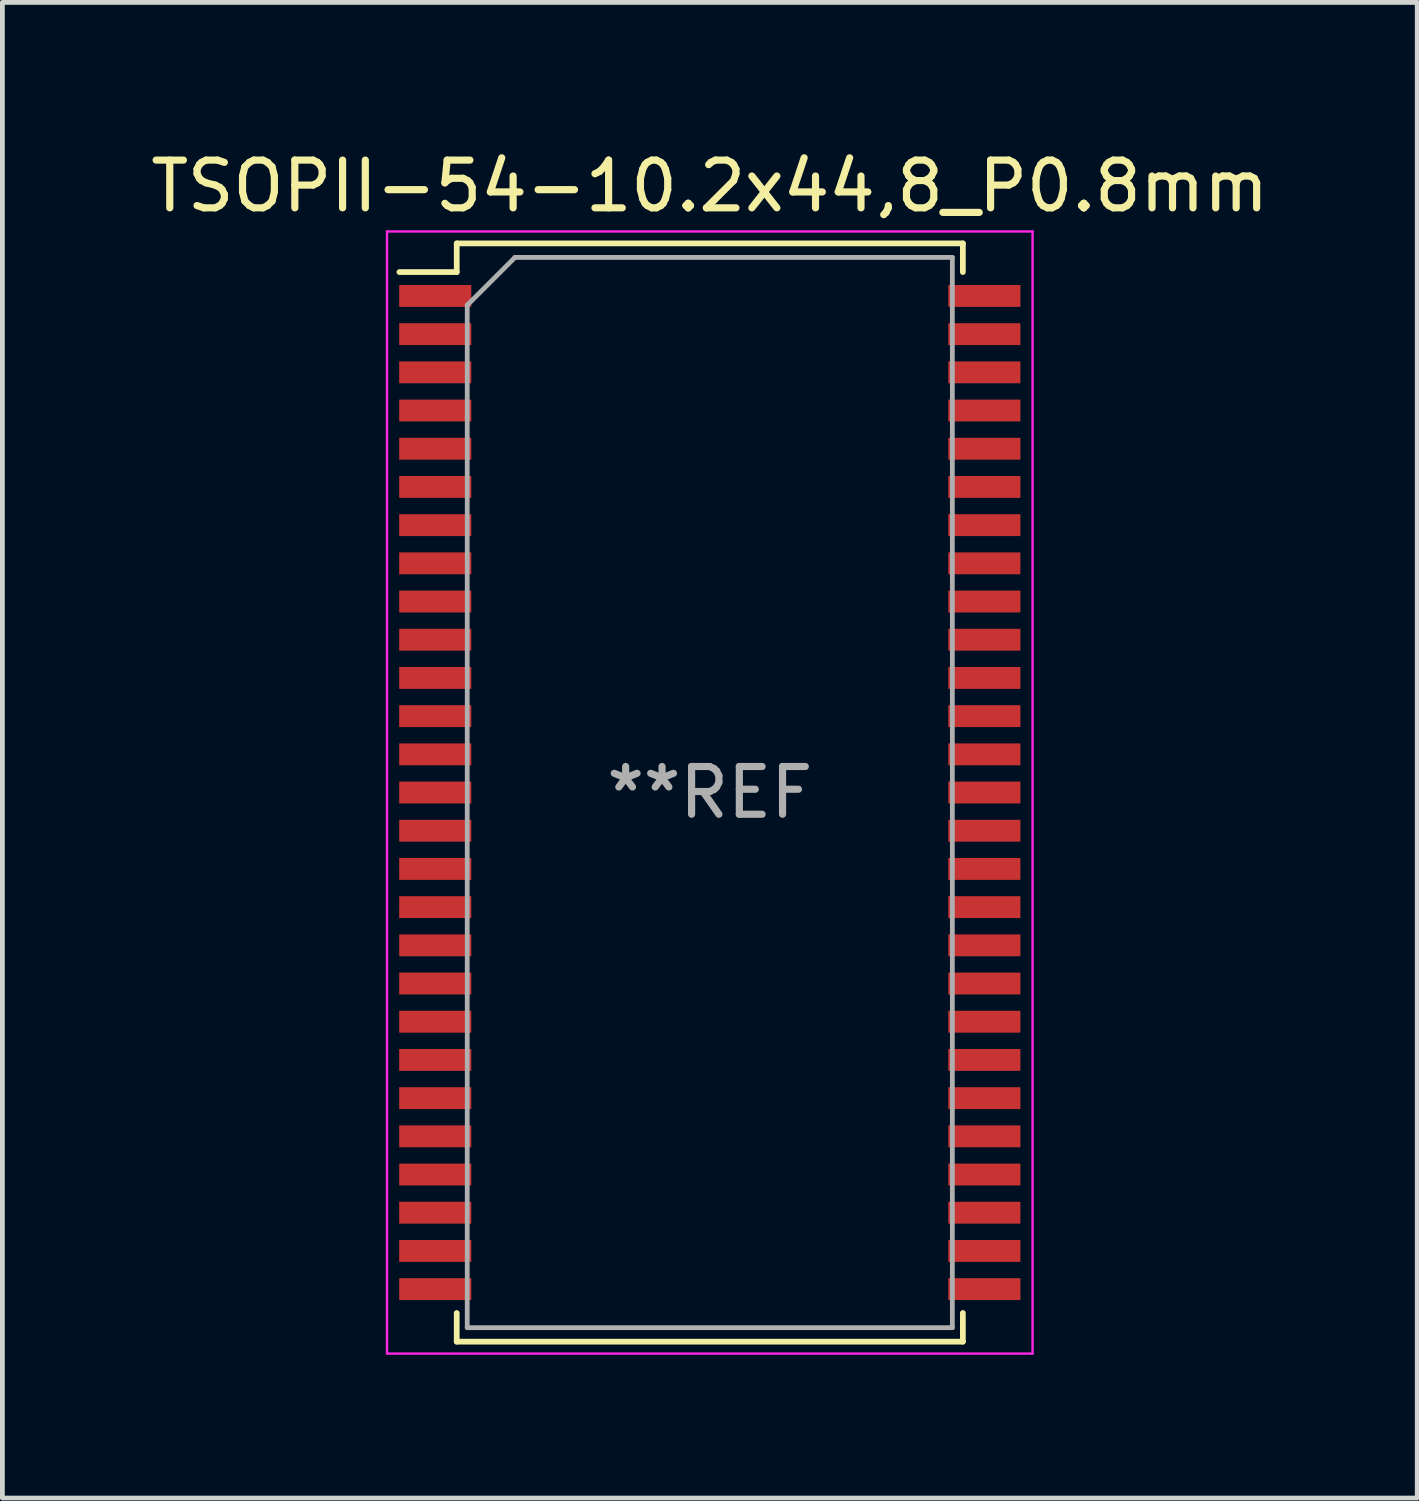
<source format=kicad_pcb>
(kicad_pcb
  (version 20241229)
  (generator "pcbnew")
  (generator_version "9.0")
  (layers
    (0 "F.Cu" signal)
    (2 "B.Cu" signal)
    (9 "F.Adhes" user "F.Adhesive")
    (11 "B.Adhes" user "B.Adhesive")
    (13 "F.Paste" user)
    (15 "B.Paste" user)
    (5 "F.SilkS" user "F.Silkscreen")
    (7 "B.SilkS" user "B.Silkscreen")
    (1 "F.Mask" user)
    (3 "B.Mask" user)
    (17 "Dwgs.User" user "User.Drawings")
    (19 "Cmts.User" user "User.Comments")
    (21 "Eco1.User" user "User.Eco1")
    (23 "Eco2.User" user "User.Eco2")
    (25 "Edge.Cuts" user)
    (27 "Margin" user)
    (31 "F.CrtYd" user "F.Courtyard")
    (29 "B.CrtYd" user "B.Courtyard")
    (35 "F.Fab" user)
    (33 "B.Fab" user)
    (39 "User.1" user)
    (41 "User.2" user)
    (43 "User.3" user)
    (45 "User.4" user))
  (footprint "TSOPII-54-10.2x44,8_P0.8mm"
    (layer "F.Cu")
    (at 11.815 13.548)
    (property "Reference" "TSOPII-54-10.2x44,8_P0.8mm" (at 0 -12.7 0) (layer "F.SilkS") (effects (font (size 1 1) (thickness 0.15))))
    (attr smd)
    (fp_line (start -6.5 -10.9) (end -5.3 -10.9) (stroke (width 0.12) (type solid)) (layer "F.SilkS"))
    (fp_line (start -5.3 -11.5) (end 5.3 -11.5) (stroke (width 0.12) (type solid)) (layer "F.SilkS"))
    (fp_line (start -5.3 -10.9) (end -5.3 -11.5) (stroke (width 0.12) (type solid)) (layer "F.SilkS"))
    (fp_line (start -5.3 10.9) (end -5.3 11.5) (stroke (width 0.12) (type solid)) (layer "F.SilkS"))
    (fp_line (start -5.3 11.5) (end 5.3 11.5) (stroke (width 0.12) (type solid)) (layer "F.SilkS"))
    (fp_line (start 5.3 -11.5) (end 5.3 -10.9) (stroke (width 0.12) (type solid)) (layer "F.SilkS"))
    (fp_line (start 5.3 10.9) (end 5.3 11.5) (stroke (width 0.12) (type solid)) (layer "F.SilkS"))
    (fp_line (start -6.76 -11.75) (end -6.76 11.75) (stroke (width 0.05) (type solid)) (layer "F.CrtYd"))
    (fp_line (start -6.76 -11.75) (end 6.76 -11.75) (stroke (width 0.05) (type solid)) (layer "F.CrtYd"))
    (fp_line (start 6.76 -11.75) (end 6.76 11.75) (stroke (width 0.05) (type solid)) (layer "F.CrtYd"))
    (fp_line (start 6.76 11.75) (end -6.76 11.75) (stroke (width 0.05) (type solid)) (layer "F.CrtYd"))
    (fp_line (start -5.08 11.207) (end -5.08 -10.207) (stroke (width 0.1) (type solid)) (layer "F.Fab"))
    (fp_line (start -4.08 -11.207) (end -5.08 -10.207) (stroke (width 0.1) (type solid)) (layer "F.Fab"))
    (fp_line (start -4.08 -11.207) (end 5.08 -11.207) (stroke (width 0.1) (type solid)) (layer "F.Fab"))
    (fp_line (start 5.08 -11.207) (end 5.08 11.207) (stroke (width 0.1) (type solid)) (layer "F.Fab"))
    (fp_line (start 5.08 11.207) (end -5.08 11.207) (stroke (width 0.1) (type solid)) (layer "F.Fab"))
    (fp_text user "**REF" (at 0 0 0) (layer "F.Fab") (effects (font (size 1 1) (thickness 0.15))))
    (pad "1" smd rect (at -5.75 -10.4) (size 1.51 0.458) (layers "F.Cu" "F.Mask" "F.Paste"))
    (pad "2" smd rect (at -5.75 -9.6) (size 1.51 0.458) (layers "F.Cu" "F.Mask" "F.Paste"))
    (pad "3" smd rect (at -5.75 -8.8) (size 1.51 0.458) (layers "F.Cu" "F.Mask" "F.Paste"))
    (pad "4" smd rect (at -5.75 -8) (size 1.51 0.458) (layers "F.Cu" "F.Mask" "F.Paste"))
    (pad "5" smd rect (at -5.75 -7.2) (size 1.51 0.458) (layers "F.Cu" "F.Mask" "F.Paste"))
    (pad "6" smd rect (at -5.75 -6.4) (size 1.51 0.458) (layers "F.Cu" "F.Mask" "F.Paste"))
    (pad "7" smd rect (at -5.75 -5.6) (size 1.51 0.458) (layers "F.Cu" "F.Mask" "F.Paste"))
    (pad "8" smd rect (at -5.75 -4.8) (size 1.51 0.458) (layers "F.Cu" "F.Mask" "F.Paste"))
    (pad "9" smd rect (at -5.75 -4) (size 1.51 0.458) (layers "F.Cu" "F.Mask" "F.Paste"))
    (pad "10" smd rect (at -5.75 -3.2) (size 1.51 0.458) (layers "F.Cu" "F.Mask" "F.Paste"))
    (pad "11" smd rect (at -5.75 -2.4) (size 1.51 0.458) (layers "F.Cu" "F.Mask" "F.Paste"))
    (pad "12" smd rect (at -5.75 -1.6) (size 1.51 0.458) (layers "F.Cu" "F.Mask" "F.Paste"))
    (pad "13" smd rect (at -5.75 -0.8) (size 1.51 0.458) (layers "F.Cu" "F.Mask" "F.Paste"))
    (pad "14" smd rect (at -5.75 0) (size 1.51 0.458) (layers "F.Cu" "F.Mask" "F.Paste"))
    (pad "15" smd rect (at -5.75 0.8) (size 1.51 0.458) (layers "F.Cu" "F.Mask" "F.Paste"))
    (pad "16" smd rect (at -5.75 1.6) (size 1.51 0.458) (layers "F.Cu" "F.Mask" "F.Paste"))
    (pad "17" smd rect (at -5.75 2.4) (size 1.51 0.458) (layers "F.Cu" "F.Mask" "F.Paste"))
    (pad "18" smd rect (at -5.75 3.2) (size 1.51 0.458) (layers "F.Cu" "F.Mask" "F.Paste"))
    (pad "19" smd rect (at -5.75 4) (size 1.51 0.458) (layers "F.Cu" "F.Mask" "F.Paste"))
    (pad "20" smd rect (at -5.75 4.8) (size 1.51 0.458) (layers "F.Cu" "F.Mask" "F.Paste"))
    (pad "21" smd rect (at -5.75 5.6) (size 1.51 0.458) (layers "F.Cu" "F.Mask" "F.Paste"))
    (pad "22" smd rect (at -5.75 6.4) (size 1.51 0.458) (layers "F.Cu" "F.Mask" "F.Paste"))
    (pad "23" smd rect (at -5.75 7.2) (size 1.51 0.458) (layers "F.Cu" "F.Mask" "F.Paste"))
    (pad "24" smd rect (at -5.75 8) (size 1.51 0.458) (layers "F.Cu" "F.Mask" "F.Paste"))
    (pad "25" smd rect (at -5.75 8.8) (size 1.51 0.458) (layers "F.Cu" "F.Mask" "F.Paste"))
    (pad "26" smd rect (at -5.75 9.6) (size 1.51 0.458) (layers "F.Cu" "F.Mask" "F.Paste"))
    (pad "27" smd rect (at -5.75 10.4) (size 1.51 0.458) (layers "F.Cu" "F.Mask" "F.Paste"))
    (pad "28" smd rect (at 5.75 10.4) (size 1.51 0.458) (layers "F.Cu" "F.Mask" "F.Paste"))
    (pad "29" smd rect (at 5.75 9.6) (size 1.51 0.458) (layers "F.Cu" "F.Mask" "F.Paste"))
    (pad "30" smd rect (at 5.75 8.8) (size 1.51 0.458) (layers "F.Cu" "F.Mask" "F.Paste"))
    (pad "31" smd rect (at 5.75 8) (size 1.51 0.458) (layers "F.Cu" "F.Mask" "F.Paste"))
    (pad "32" smd rect (at 5.75 7.2) (size 1.51 0.458) (layers "F.Cu" "F.Mask" "F.Paste"))
    (pad "33" smd rect (at 5.75 6.4) (size 1.51 0.458) (layers "F.Cu" "F.Mask" "F.Paste"))
    (pad "34" smd rect (at 5.75 5.6) (size 1.51 0.458) (layers "F.Cu" "F.Mask" "F.Paste"))
    (pad "35" smd rect (at 5.75 4.8) (size 1.51 0.458) (layers "F.Cu" "F.Mask" "F.Paste"))
    (pad "36" smd rect (at 5.75 4) (size 1.51 0.458) (layers "F.Cu" "F.Mask" "F.Paste"))
    (pad "37" smd rect (at 5.75 3.2) (size 1.51 0.458) (layers "F.Cu" "F.Mask" "F.Paste"))
    (pad "38" smd rect (at 5.75 2.4) (size 1.51 0.458) (layers "F.Cu" "F.Mask" "F.Paste"))
    (pad "39" smd rect (at 5.75 1.6) (size 1.51 0.458) (layers "F.Cu" "F.Mask" "F.Paste"))
    (pad "40" smd rect (at 5.75 0.8) (size 1.51 0.458) (layers "F.Cu" "F.Mask" "F.Paste"))
    (pad "41" smd rect (at 5.75 0) (size 1.51 0.458) (layers "F.Cu" "F.Mask" "F.Paste"))
    (pad "42" smd rect (at 5.75 -0.8) (size 1.51 0.458) (layers "F.Cu" "F.Mask" "F.Paste"))
    (pad "43" smd rect (at 5.75 -1.6) (size 1.51 0.458) (layers "F.Cu" "F.Mask" "F.Paste"))
    (pad "44" smd rect (at 5.75 -2.4) (size 1.51 0.458) (layers "F.Cu" "F.Mask" "F.Paste"))
    (pad "45" smd rect (at 5.75 -3.2) (size 1.51 0.458) (layers "F.Cu" "F.Mask" "F.Paste"))
    (pad "46" smd rect (at 5.75 -4) (size 1.51 0.458) (layers "F.Cu" "F.Mask" "F.Paste"))
    (pad "47" smd rect (at 5.75 -4.8) (size 1.51 0.458) (layers "F.Cu" "F.Mask" "F.Paste"))
    (pad "48" smd rect (at 5.75 -5.6) (size 1.51 0.458) (layers "F.Cu" "F.Mask" "F.Paste"))
    (pad "49" smd rect (at 5.75 -6.4) (size 1.51 0.458) (layers "F.Cu" "F.Mask" "F.Paste"))
    (pad "50" smd rect (at 5.75 -7.2) (size 1.51 0.458) (layers "F.Cu" "F.Mask" "F.Paste"))
    (pad "51" smd rect (at 5.75 -8) (size 1.51 0.458) (layers "F.Cu" "F.Mask" "F.Paste"))
    (pad "52" smd rect (at 5.75 -8.8) (size 1.51 0.458) (layers "F.Cu" "F.Mask" "F.Paste"))
    (pad "53" smd rect (at 5.75 -9.6) (size 1.51 0.458) (layers "F.Cu" "F.Mask" "F.Paste"))
    (pad "54" smd rect (at 5.75 -10.4) (size 1.51 0.458) (layers "F.Cu" "F.Mask" "F.Paste")))
  (gr_rect
    (start -3 -3)
    (end 26.631 28.323)
    (stroke (width 0.1) (type default))
    (fill no)
    (layer "Edge.Cuts")))
</source>
